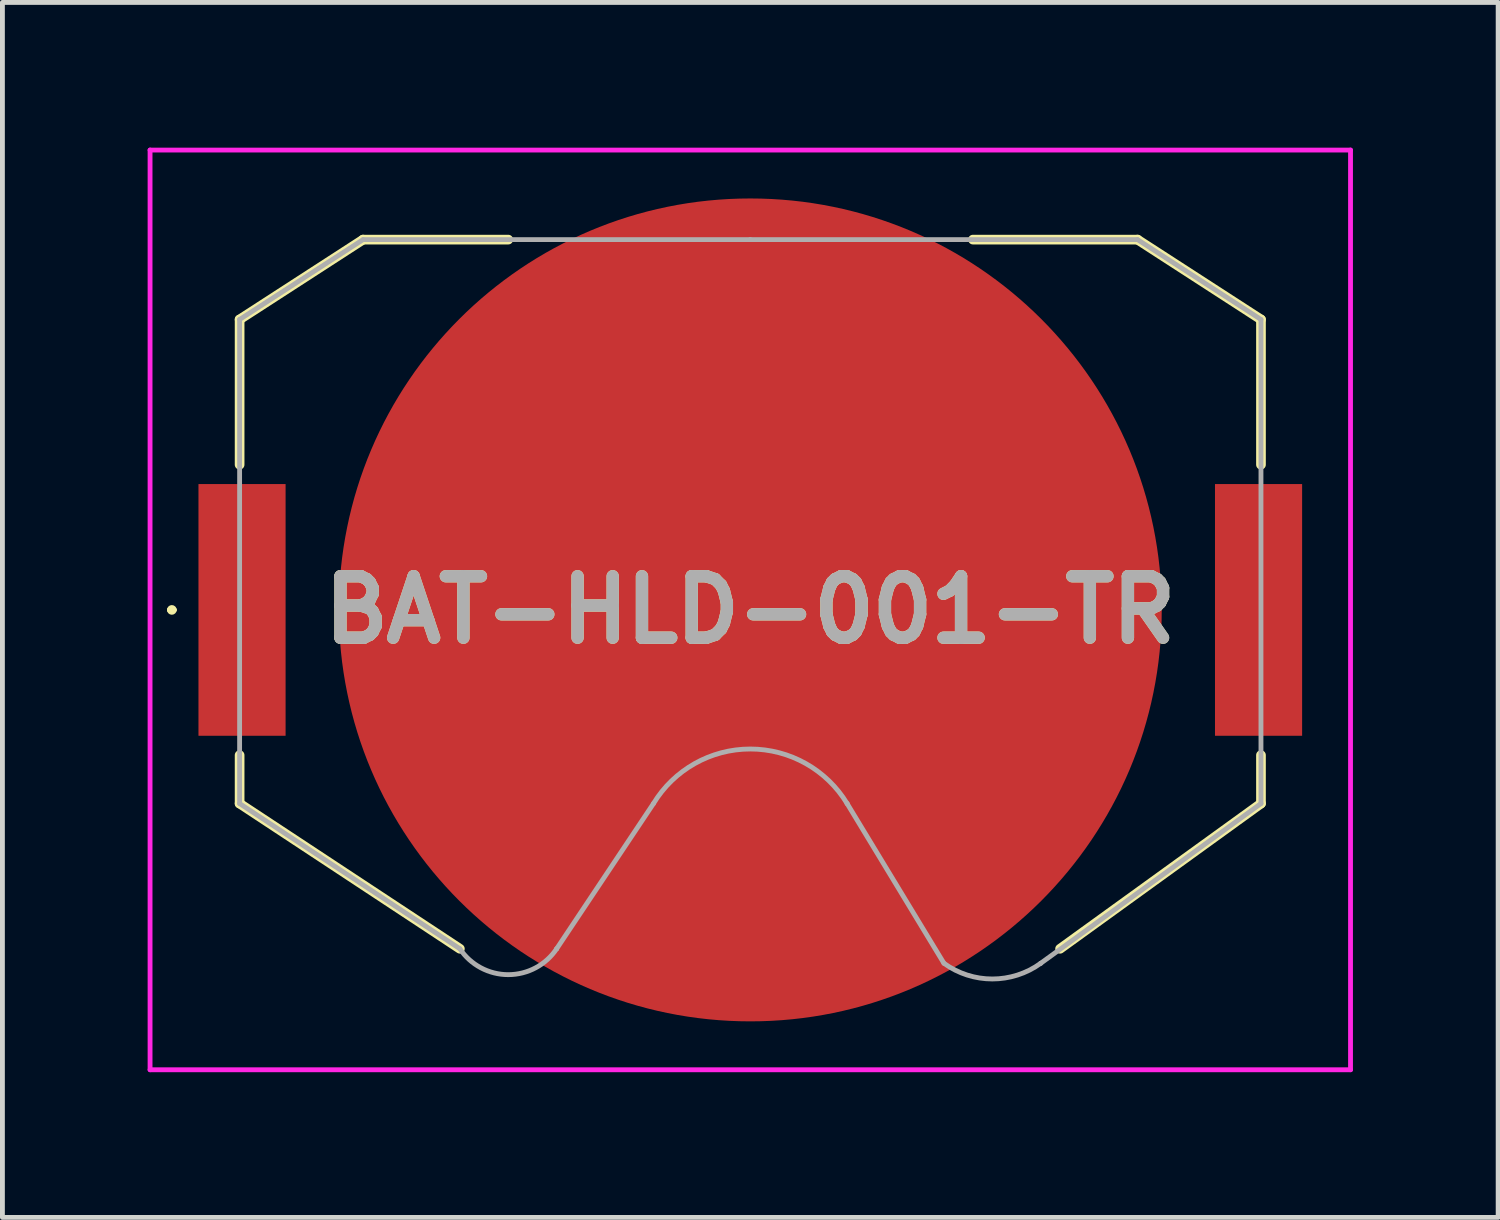
<source format=kicad_pcb>
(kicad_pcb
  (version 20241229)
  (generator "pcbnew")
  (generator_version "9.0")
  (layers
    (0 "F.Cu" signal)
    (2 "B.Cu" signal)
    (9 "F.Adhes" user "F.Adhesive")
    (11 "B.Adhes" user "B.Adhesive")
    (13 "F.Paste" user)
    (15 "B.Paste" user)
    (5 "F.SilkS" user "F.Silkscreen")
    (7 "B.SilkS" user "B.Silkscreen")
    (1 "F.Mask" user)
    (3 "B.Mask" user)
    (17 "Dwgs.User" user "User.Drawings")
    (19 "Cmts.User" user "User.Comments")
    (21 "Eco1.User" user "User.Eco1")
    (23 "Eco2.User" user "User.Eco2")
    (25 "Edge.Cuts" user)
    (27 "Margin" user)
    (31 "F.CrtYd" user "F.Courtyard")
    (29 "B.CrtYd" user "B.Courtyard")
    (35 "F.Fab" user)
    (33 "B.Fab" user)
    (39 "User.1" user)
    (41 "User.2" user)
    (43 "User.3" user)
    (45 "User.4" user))
  (footprint "BAT-HLD-001-TR"
    (layer "F.Cu")
    (at 12.45 9.55)
    (property "Reference" "BAT-HLD-001-TR" (at 0 0 0) (layer "F.SilkS") (effects (font (size 1.27 1.27) (thickness 0.254))))
    (attr smd)
    (fp_line (start -12 0) (end -12 0) (stroke (width 0.1) (type solid)) (layer "F.SilkS"))
    (fp_line (start -11.9 0) (end -11.9 0) (stroke (width 0.1) (type solid)) (layer "F.SilkS"))
    (fp_line (start -10.55 -6) (end -8 -7.65) (stroke (width 0.2) (type solid)) (layer "F.SilkS"))
    (fp_line (start -10.55 -3) (end -10.55 -6) (stroke (width 0.2) (type solid)) (layer "F.SilkS"))
    (fp_line (start -10.55 4) (end -10.55 3) (stroke (width 0.2) (type solid)) (layer "F.SilkS"))
    (fp_line (start -8 -7.65) (end -5 -7.65) (stroke (width 0.2) (type solid)) (layer "F.SilkS"))
    (fp_line (start -6 7) (end -10.55 4) (stroke (width 0.2) (type solid)) (layer "F.SilkS"))
    (fp_line (start 4.6 -7.65) (end 8 -7.65) (stroke (width 0.2) (type solid)) (layer "F.SilkS"))
    (fp_line (start 8 -7.65) (end 10.55 -6) (stroke (width 0.2) (type solid)) (layer "F.SilkS"))
    (fp_line (start 10.55 -6) (end 10.55 -3) (stroke (width 0.2) (type solid)) (layer "F.SilkS"))
    (fp_line (start 10.55 3) (end 10.55 4) (stroke (width 0.2) (type solid)) (layer "F.SilkS"))
    (fp_line (start 10.55 4) (end 6.4 7) (stroke (width 0.2) (type solid)) (layer "F.SilkS"))
    (fp_arc (start -12 0) (mid -11.95 -0.05) (end -11.9 0) (stroke (width 0.1) (type solid)) (layer "F.SilkS"))
    (fp_arc (start -11.9 0) (mid -11.95 0.05) (end -12 0) (stroke (width 0.1) (type solid)) (layer "F.SilkS"))
    (fp_line (start -12.4 -9.5) (end 12.4 -9.5) (stroke (width 0.1) (type solid)) (layer "F.CrtYd"))
    (fp_line (start -12.4 9.5) (end -12.4 -9.5) (stroke (width 0.1) (type solid)) (layer "F.CrtYd"))
    (fp_line (start 12.4 -9.5) (end 12.4 9.5) (stroke (width 0.1) (type solid)) (layer "F.CrtYd"))
    (fp_line (start 12.4 9.5) (end -12.4 9.5) (stroke (width 0.1) (type solid)) (layer "F.CrtYd"))
    (fp_line (start -10.55 -6) (end -8 -7.65) (stroke (width 0.1) (type solid)) (layer "F.Fab"))
    (fp_line (start -10.55 4) (end -10.55 -6) (stroke (width 0.1) (type solid)) (layer "F.Fab"))
    (fp_line (start -8 -7.65) (end 0 -7.65) (stroke (width 0.1) (type solid)) (layer "F.Fab"))
    (fp_line (start -6 7) (end -10.55 4) (stroke (width 0.1) (type solid)) (layer "F.Fab"))
    (fp_line (start -4 7) (end -4 7) (stroke (width 0.1) (type solid)) (layer "F.Fab"))
    (fp_line (start -2 4) (end -4 7) (stroke (width 0.1) (type solid)) (layer "F.Fab"))
    (fp_line (start 0 -7.65) (end 8 -7.65) (stroke (width 0.1) (type solid)) (layer "F.Fab"))
    (fp_line (start 2 4) (end 2 4) (stroke (width 0.1) (type solid)) (layer "F.Fab"))
    (fp_line (start 4 7.3) (end 2 4) (stroke (width 0.1) (type solid)) (layer "F.Fab"))
    (fp_line (start 6 7.3) (end 6 7.3) (stroke (width 0.1) (type solid)) (layer "F.Fab"))
    (fp_line (start 8 -7.65) (end 10.55 -6) (stroke (width 0.1) (type solid)) (layer "F.Fab"))
    (fp_line (start 10.55 -6) (end 10.55 4) (stroke (width 0.1) (type solid)) (layer "F.Fab"))
    (fp_line (start 10.55 4) (end 6 7.3) (stroke (width 0.1) (type solid)) (layer "F.Fab"))
    (fp_arc (start -4 7) (mid -5.000069 7.535035) (end -6.000077 6.999885) (stroke (width 0.1) (type solid)) (layer "F.Fab"))
    (fp_arc (start -2.000671 4.001108) (mid -0.000648 2.873423) (end 2 4) (stroke (width 0.1) (type solid)) (layer "F.Fab"))
    (fp_arc (start 6 7.3) (mid 4.999948 7.62442) (end 3.999915 7.299939) (stroke (width 0.1) (type solid)) (layer "F.Fab"))
    (fp_text user "${REFERENCE}" (at 0 0 0) (layer "F.Fab") (effects (font (size 1.27 1.27) (thickness 0.254))))
    (pad "1" smd rect (at -10.5 0) (size 1.8 5.2) (layers "F.Cu" "F.Mask" "F.Paste"))
    (pad "2" smd rect (at 10.5 0) (size 1.8 5.2) (layers "F.Cu" "F.Mask" "F.Paste"))
    (pad "3" smd circle (at 0 0 90) (size 17 17) (layers "F.Cu" "F.Mask" "F.Paste")))
  (gr_rect
    (start -3 -3)
    (end 27.9 22.1)
    (stroke (width 0.1) (type default))
    (fill no)
    (layer "Edge.Cuts")))
</source>
